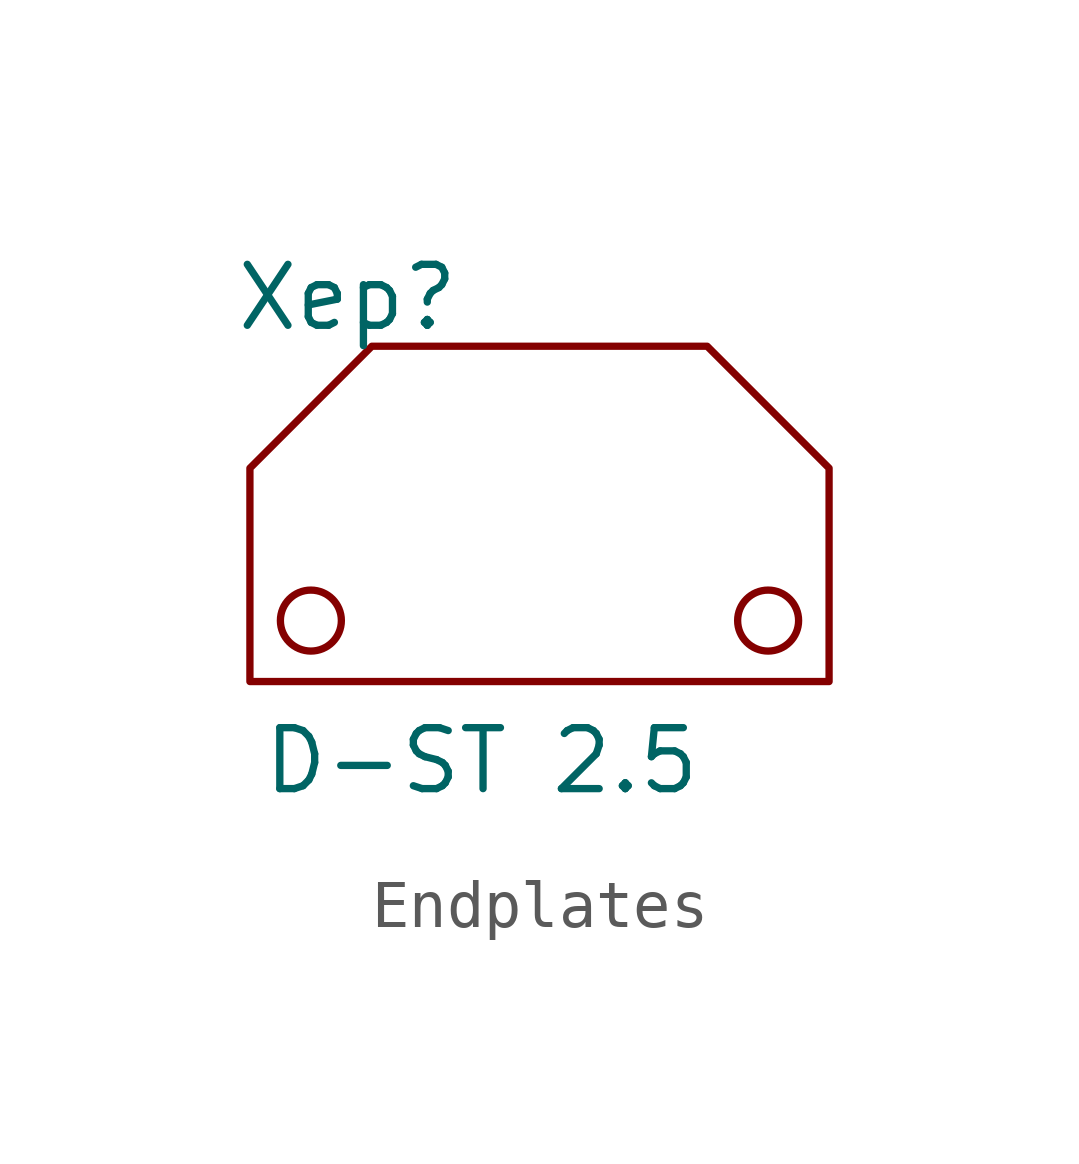
<source format=kicad_sym>
(kicad_symbol_lib
  (version 20231120)
  (generator "kicad_symbol_editor")
  (generator_version "8.0")
  (symbol "Endplates"
    (property "Reference" "Xep"
      (at 2.032 1.016 0)
      (effects (font (size 1.27 1.27))))
    (property "Value" "D-ST 2.5"
      (at 4.826 -8.636 0)
      (effects (font (size 1.27 1.27))))
    (symbol "Endplates_0_1"
      (polyline (pts (xy 0 -6.985) (xy 0 -2.54) (xy 2.54 0) (xy 9.525 0) (xy 12.065 -2.54) (xy 12.065 -6.985) (xy 0 -6.985)) (stroke (width 0) (type default)) (fill (type none)))
      (circle (center 1.27 -5.715) (radius 0.635) (stroke (width 0) (type default)) (fill (type none)))
      (circle (center 10.795 -5.715) (radius 0.635) (stroke (width 0) (type default)) (fill (type none))))))
</source>
